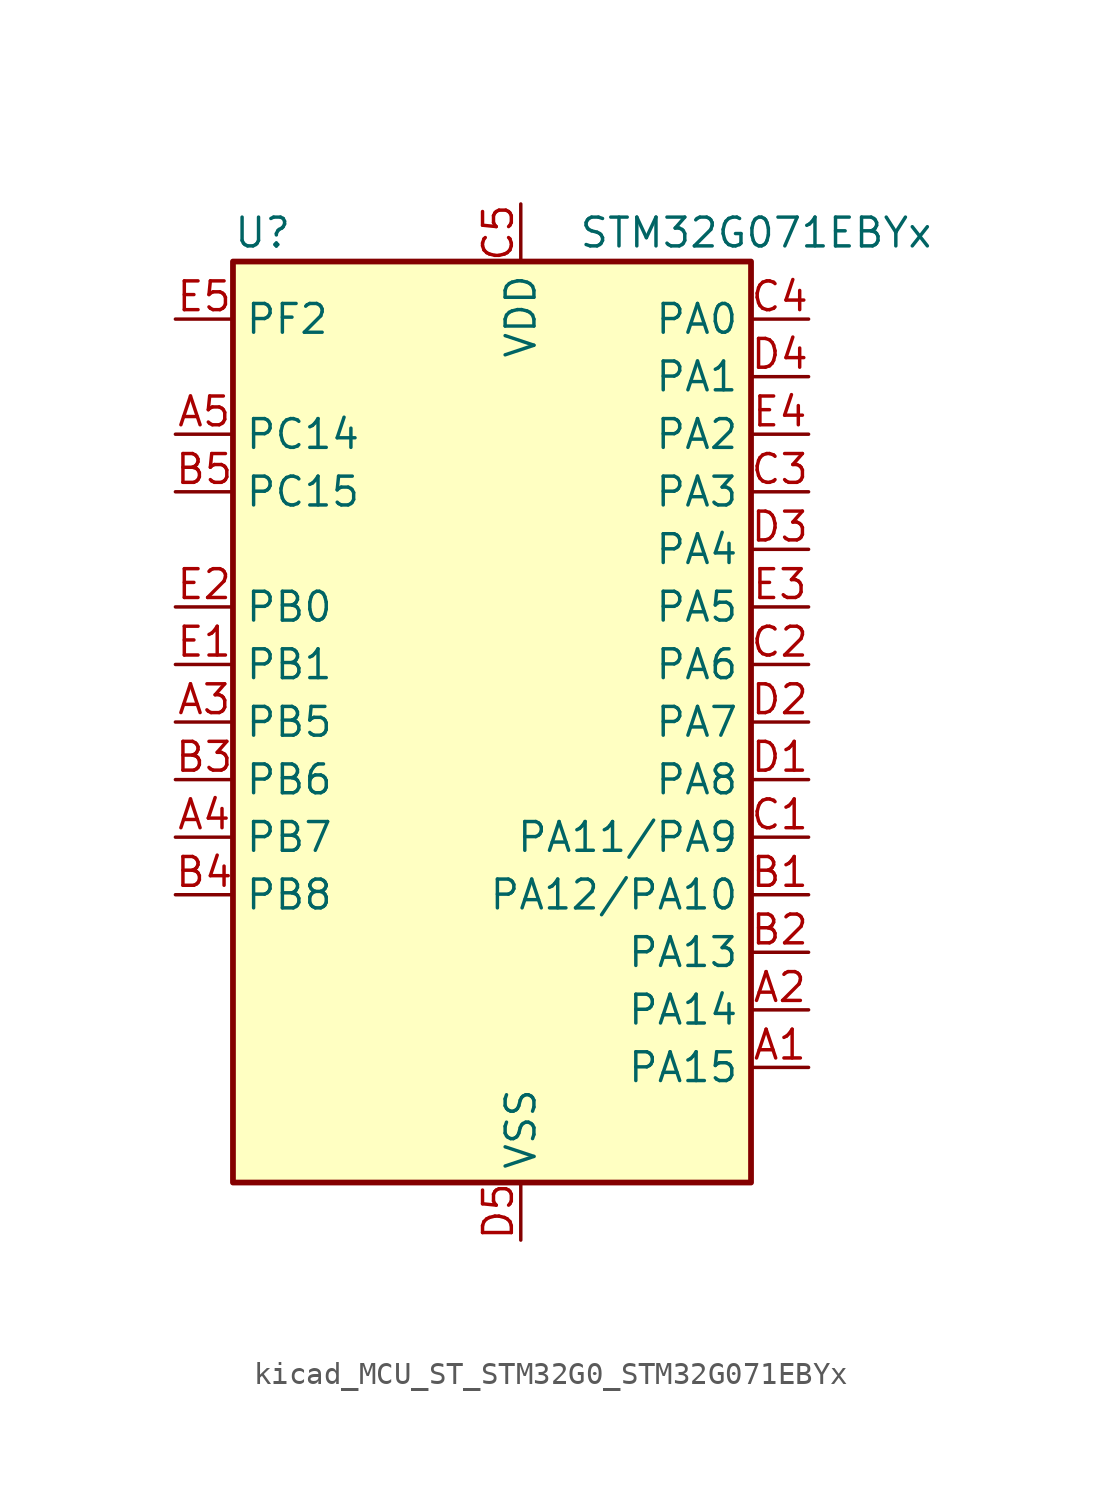
<source format=kicad_sym>
(kicad_symbol_lib
  (version 20220914)
  (generator kicad_symbol_editor)
  (symbol "kicad_MCU_ST_STM32G0_STM32G071EBYx"
    (property "Reference" "U"
      (at -10.16 21.59 0)
      (effects (font (size 1.27 1.27)) (justify left)))
    (property "Value" "STM32G071EBYx"
      (at 5.08 21.59 0)
      (effects (font (size 1.27 1.27)) (justify left)))
    (property "ki_locked" ""
      (at 0 0 0)
      (effects (font (size 1.27 1.27))))
    (symbol "kicad_MCU_ST_STM32G0_STM32G071EBYx_0_1"
      (rectangle (start -10.16 -20.32) (end 12.7 20.32) (stroke (width 0.254) (type default)) (fill (type background))))
    (symbol "kicad_MCU_ST_STM32G0_STM32G071EBYx_1_1"
      (pin bidirectional line (at 15.24 -15.24 180) (length 2.54) (name "PA15" (effects (font (size 1.27 1.27)))) (number "A1" (effects (font (size 1.27 1.27)))) (alternate "I2S1_WS" bidirectional line) (alternate "SPI1_NSS" bidirectional line) (alternate "TIM2_CH1" bidirectional line) (alternate "TIM2_ETR" bidirectional line) (alternate "USART2_RX" bidirectional line) (alternate "USART3_CK" bidirectional line) (alternate "USART3_DE" bidirectional line) (alternate "USART3_RTS" bidirectional line) (alternate "USART4_CK" bidirectional line) (alternate "USART4_DE" bidirectional line) (alternate "USART4_RTS" bidirectional line))
      (pin bidirectional line (at 15.24 -12.7 180) (length 2.54) (name "PA14" (effects (font (size 1.27 1.27)))) (number "A2" (effects (font (size 1.27 1.27)))) (alternate "SYS_SWCLK" bidirectional line) (alternate "USART2_TX" bidirectional line))
      (pin bidirectional line (at -12.7 0 0) (length 2.54) (name "PB5" (effects (font (size 1.27 1.27)))) (number "A3" (effects (font (size 1.27 1.27)))) (alternate "COMP2_OUT" bidirectional line) (alternate "I2C1_SMBA" bidirectional line) (alternate "I2S1_SD" bidirectional line) (alternate "LPTIM1_IN1" bidirectional line) (alternate "SPI1_MOSI" bidirectional line) (alternate "SYS_WKUP6" bidirectional line) (alternate "TIM16_BK" bidirectional line) (alternate "TIM3_CH2" bidirectional line))
      (pin bidirectional line (at -12.7 -5.08 0) (length 2.54) (name "PB7" (effects (font (size 1.27 1.27)))) (number "A4" (effects (font (size 1.27 1.27)))) (alternate "COMP2_INM" bidirectional line) (alternate "I2C1_SDA" bidirectional line) (alternate "LPTIM1_IN2" bidirectional line) (alternate "SPI2_MOSI" bidirectional line) (alternate "SYS_PVD_IN" bidirectional line) (alternate "TIM17_CH1N" bidirectional line) (alternate "USART1_RX" bidirectional line) (alternate "USART4_CTS" bidirectional line) (alternate "USART4_NSS" bidirectional line))
      (pin bidirectional line (at -12.7 12.7 0) (length 2.54) (name "PC14" (effects (font (size 1.27 1.27)))) (number "A5" (effects (font (size 1.27 1.27)))) (alternate "RCC_OSC32_IN" bidirectional line) (alternate "RCC_OSC_IN" bidirectional line) (alternate "TIM1_BK2" bidirectional line))
      (pin bidirectional line (at 15.24 -7.62 180) (length 2.54) (name "PA12/PA10" (effects (font (size 1.27 1.27)))) (number "B1" (effects (font (size 1.27 1.27)))) (alternate "COMP2_OUT" bidirectional line) (alternate "I2C2_SDA" bidirectional line) (alternate "I2S1_SD" bidirectional line) (alternate "I2S_CKIN" bidirectional line) (alternate "SPI1_MOSI" bidirectional line) (alternate "TIM1_ETR" bidirectional line) (alternate "USART1_CK" bidirectional line) (alternate "USART1_DE" bidirectional line) (alternate "USART1_RTS" bidirectional line))
      (pin bidirectional line (at 15.24 -10.16 180) (length 2.54) (name "PA13" (effects (font (size 1.27 1.27)))) (number "B2" (effects (font (size 1.27 1.27)))) (alternate "IR_OUT" bidirectional line) (alternate "SYS_SWDIO" bidirectional line))
      (pin bidirectional line (at -12.7 -2.54 0) (length 2.54) (name "PB6" (effects (font (size 1.27 1.27)))) (number "B3" (effects (font (size 1.27 1.27)))) (alternate "COMP2_INP" bidirectional line) (alternate "I2C1_SCL" bidirectional line) (alternate "LPTIM1_ETR" bidirectional line) (alternate "SPI2_MISO" bidirectional line) (alternate "TIM16_CH1N" bidirectional line) (alternate "TIM1_CH3" bidirectional line) (alternate "USART1_TX" bidirectional line))
      (pin bidirectional line (at -12.7 -7.62 0) (length 2.54) (name "PB8" (effects (font (size 1.27 1.27)))) (number "B4" (effects (font (size 1.27 1.27)))) (alternate "CEC" bidirectional line) (alternate "I2C1_SCL" bidirectional line) (alternate "SPI2_SCK" bidirectional line) (alternate "TIM15_BK" bidirectional line) (alternate "TIM16_CH1" bidirectional line) (alternate "USART3_TX" bidirectional line))
      (pin bidirectional line (at -12.7 10.16 0) (length 2.54) (name "PC15" (effects (font (size 1.27 1.27)))) (number "B5" (effects (font (size 1.27 1.27)))) (alternate "RCC_OSC32_EN" bidirectional line) (alternate "RCC_OSC32_OUT" bidirectional line) (alternate "RCC_OSC_EN" bidirectional line) (alternate "TIM15_BK" bidirectional line))
      (pin bidirectional line (at 15.24 -5.08 180) (length 2.54) (name "PA11/PA9" (effects (font (size 1.27 1.27)))) (number "C1" (effects (font (size 1.27 1.27)))) (alternate "ADC1_EXTI11" bidirectional line) (alternate "COMP1_OUT" bidirectional line) (alternate "I2C2_SCL" bidirectional line) (alternate "I2S1_MCK" bidirectional line) (alternate "SPI1_MISO" bidirectional line) (alternate "TIM1_BK2" bidirectional line) (alternate "TIM1_CH4" bidirectional line) (alternate "USART1_CTS" bidirectional line) (alternate "USART1_NSS" bidirectional line))
      (pin bidirectional line (at 15.24 2.54 180) (length 2.54) (name "PA6" (effects (font (size 1.27 1.27)))) (number "C2" (effects (font (size 1.27 1.27)))) (alternate "ADC1_IN6" bidirectional line) (alternate "COMP1_OUT" bidirectional line) (alternate "I2S1_MCK" bidirectional line) (alternate "LPUART1_CTS" bidirectional line) (alternate "SPI1_MISO" bidirectional line) (alternate "TIM16_CH1" bidirectional line) (alternate "TIM1_BK" bidirectional line) (alternate "TIM3_CH1" bidirectional line) (alternate "USART3_CTS" bidirectional line) (alternate "USART3_NSS" bidirectional line))
      (pin bidirectional line (at 15.24 10.16 180) (length 2.54) (name "PA3" (effects (font (size 1.27 1.27)))) (number "C3" (effects (font (size 1.27 1.27)))) (alternate "ADC1_IN3" bidirectional line) (alternate "COMP2_INP" bidirectional line) (alternate "LPUART1_RX" bidirectional line) (alternate "SPI2_MISO" bidirectional line) (alternate "TIM15_CH2" bidirectional line) (alternate "TIM2_CH4" bidirectional line) (alternate "USART2_RX" bidirectional line))
      (pin bidirectional line (at 15.24 17.78 180) (length 2.54) (name "PA0" (effects (font (size 1.27 1.27)))) (number "C4" (effects (font (size 1.27 1.27)))) (alternate "ADC1_IN0" bidirectional line) (alternate "COMP1_INM" bidirectional line) (alternate "COMP1_OUT" bidirectional line) (alternate "LPTIM1_OUT" bidirectional line) (alternate "RTC_TAMP_IN2" bidirectional line) (alternate "SPI2_SCK" bidirectional line) (alternate "SYS_WKUP1" bidirectional line) (alternate "TIM2_CH1" bidirectional line) (alternate "TIM2_ETR" bidirectional line) (alternate "USART2_CTS" bidirectional line) (alternate "USART2_NSS" bidirectional line) (alternate "USART4_TX" bidirectional line))
      (pin power_in line (at 2.54 22.86 270) (length 2.54) (name "VDD" (effects (font (size 1.27 1.27)))) (number "C5" (effects (font (size 1.27 1.27)))))
      (pin bidirectional line (at 15.24 -2.54 180) (length 2.54) (name "PA8" (effects (font (size 1.27 1.27)))) (number "D1" (effects (font (size 1.27 1.27)))) (alternate "LPTIM2_OUT" bidirectional line) (alternate "RCC_MCO" bidirectional line) (alternate "SPI2_NSS" bidirectional line) (alternate "TIM1_CH1" bidirectional line) (alternate "UCPD1_CC1" bidirectional line))
      (pin bidirectional line (at 15.24 0 180) (length 2.54) (name "PA7" (effects (font (size 1.27 1.27)))) (number "D2" (effects (font (size 1.27 1.27)))) (alternate "ADC1_IN7" bidirectional line) (alternate "COMP2_OUT" bidirectional line) (alternate "I2S1_SD" bidirectional line) (alternate "SPI1_MOSI" bidirectional line) (alternate "TIM14_CH1" bidirectional line) (alternate "TIM17_CH1" bidirectional line) (alternate "TIM1_CH1N" bidirectional line) (alternate "TIM3_CH2" bidirectional line) (alternate "UCPD1_FRSTX1" bidirectional line) (alternate "UCPD1_FRSTX2" bidirectional line))
      (pin bidirectional line (at 15.24 7.62 180) (length 2.54) (name "PA4" (effects (font (size 1.27 1.27)))) (number "D3" (effects (font (size 1.27 1.27)))) (alternate "ADC1_IN4" bidirectional line) (alternate "DAC1_OUT1" bidirectional line) (alternate "I2S1_WS" bidirectional line) (alternate "LPTIM2_OUT" bidirectional line) (alternate "RTC_OUT_ALARM" bidirectional line) (alternate "RTC_OUT_CALIB" bidirectional line) (alternate "RTC_TAMP_IN1" bidirectional line) (alternate "RTC_TS" bidirectional line) (alternate "SPI1_NSS" bidirectional line) (alternate "SPI2_MOSI" bidirectional line) (alternate "SYS_WKUP2" bidirectional line) (alternate "TIM14_CH1" bidirectional line))
      (pin bidirectional line (at 15.24 15.24 180) (length 2.54) (name "PA1" (effects (font (size 1.27 1.27)))) (number "D4" (effects (font (size 1.27 1.27)))) (alternate "ADC1_IN1" bidirectional line) (alternate "COMP1_INP" bidirectional line) (alternate "I2C1_SMBA" bidirectional line) (alternate "I2S1_CK" bidirectional line) (alternate "SPI1_SCK" bidirectional line) (alternate "TIM15_CH1N" bidirectional line) (alternate "TIM2_CH2" bidirectional line) (alternate "USART2_CK" bidirectional line) (alternate "USART2_DE" bidirectional line) (alternate "USART2_RTS" bidirectional line) (alternate "USART4_RX" bidirectional line))
      (pin power_in line (at 2.54 -22.86 90) (length 2.54) (name "VSS" (effects (font (size 1.27 1.27)))) (number "D5" (effects (font (size 1.27 1.27)))))
      (pin bidirectional line (at -12.7 2.54 0) (length 2.54) (name "PB1" (effects (font (size 1.27 1.27)))) (number "E1" (effects (font (size 1.27 1.27)))) (alternate "ADC1_IN9" bidirectional line) (alternate "COMP1_INM" bidirectional line) (alternate "LPTIM2_IN1" bidirectional line) (alternate "LPUART1_DE" bidirectional line) (alternate "LPUART1_RTS" bidirectional line) (alternate "TIM14_CH1" bidirectional line) (alternate "TIM1_CH3N" bidirectional line) (alternate "TIM3_CH4" bidirectional line) (alternate "USART3_CK" bidirectional line) (alternate "USART3_DE" bidirectional line) (alternate "USART3_RTS" bidirectional line))
      (pin bidirectional line (at -12.7 5.08 0) (length 2.54) (name "PB0" (effects (font (size 1.27 1.27)))) (number "E2" (effects (font (size 1.27 1.27)))) (alternate "ADC1_IN8" bidirectional line) (alternate "COMP1_OUT" bidirectional line) (alternate "I2S1_WS" bidirectional line) (alternate "LPTIM1_OUT" bidirectional line) (alternate "SPI1_NSS" bidirectional line) (alternate "TIM1_CH2N" bidirectional line) (alternate "TIM3_CH3" bidirectional line) (alternate "UCPD1_FRSTX1" bidirectional line) (alternate "UCPD1_FRSTX2" bidirectional line) (alternate "USART3_RX" bidirectional line))
      (pin bidirectional line (at 15.24 5.08 180) (length 2.54) (name "PA5" (effects (font (size 1.27 1.27)))) (number "E3" (effects (font (size 1.27 1.27)))) (alternate "ADC1_IN5" bidirectional line) (alternate "CEC" bidirectional line) (alternate "DAC1_OUT2" bidirectional line) (alternate "I2S1_CK" bidirectional line) (alternate "LPTIM2_ETR" bidirectional line) (alternate "SPI1_SCK" bidirectional line) (alternate "TIM2_CH1" bidirectional line) (alternate "TIM2_ETR" bidirectional line) (alternate "UCPD1_FRSTX1" bidirectional line) (alternate "UCPD1_FRSTX2" bidirectional line) (alternate "USART3_TX" bidirectional line))
      (pin bidirectional line (at 15.24 12.7 180) (length 2.54) (name "PA2" (effects (font (size 1.27 1.27)))) (number "E4" (effects (font (size 1.27 1.27)))) (alternate "ADC1_IN2" bidirectional line) (alternate "COMP2_INM" bidirectional line) (alternate "COMP2_OUT" bidirectional line) (alternate "I2S1_SD" bidirectional line) (alternate "LPUART1_TX" bidirectional line) (alternate "RCC_LSCO" bidirectional line) (alternate "SPI1_MOSI" bidirectional line) (alternate "SYS_WKUP4" bidirectional line) (alternate "TIM15_CH1" bidirectional line) (alternate "TIM2_CH3" bidirectional line) (alternate "UCPD1_FRSTX1" bidirectional line) (alternate "UCPD1_FRSTX2" bidirectional line) (alternate "USART2_TX" bidirectional line))
      (pin bidirectional line (at -12.7 17.78 0) (length 2.54) (name "PF2" (effects (font (size 1.27 1.27)))) (number "E5" (effects (font (size 1.27 1.27)))) (alternate "RCC_MCO" bidirectional line)))))
</source>
